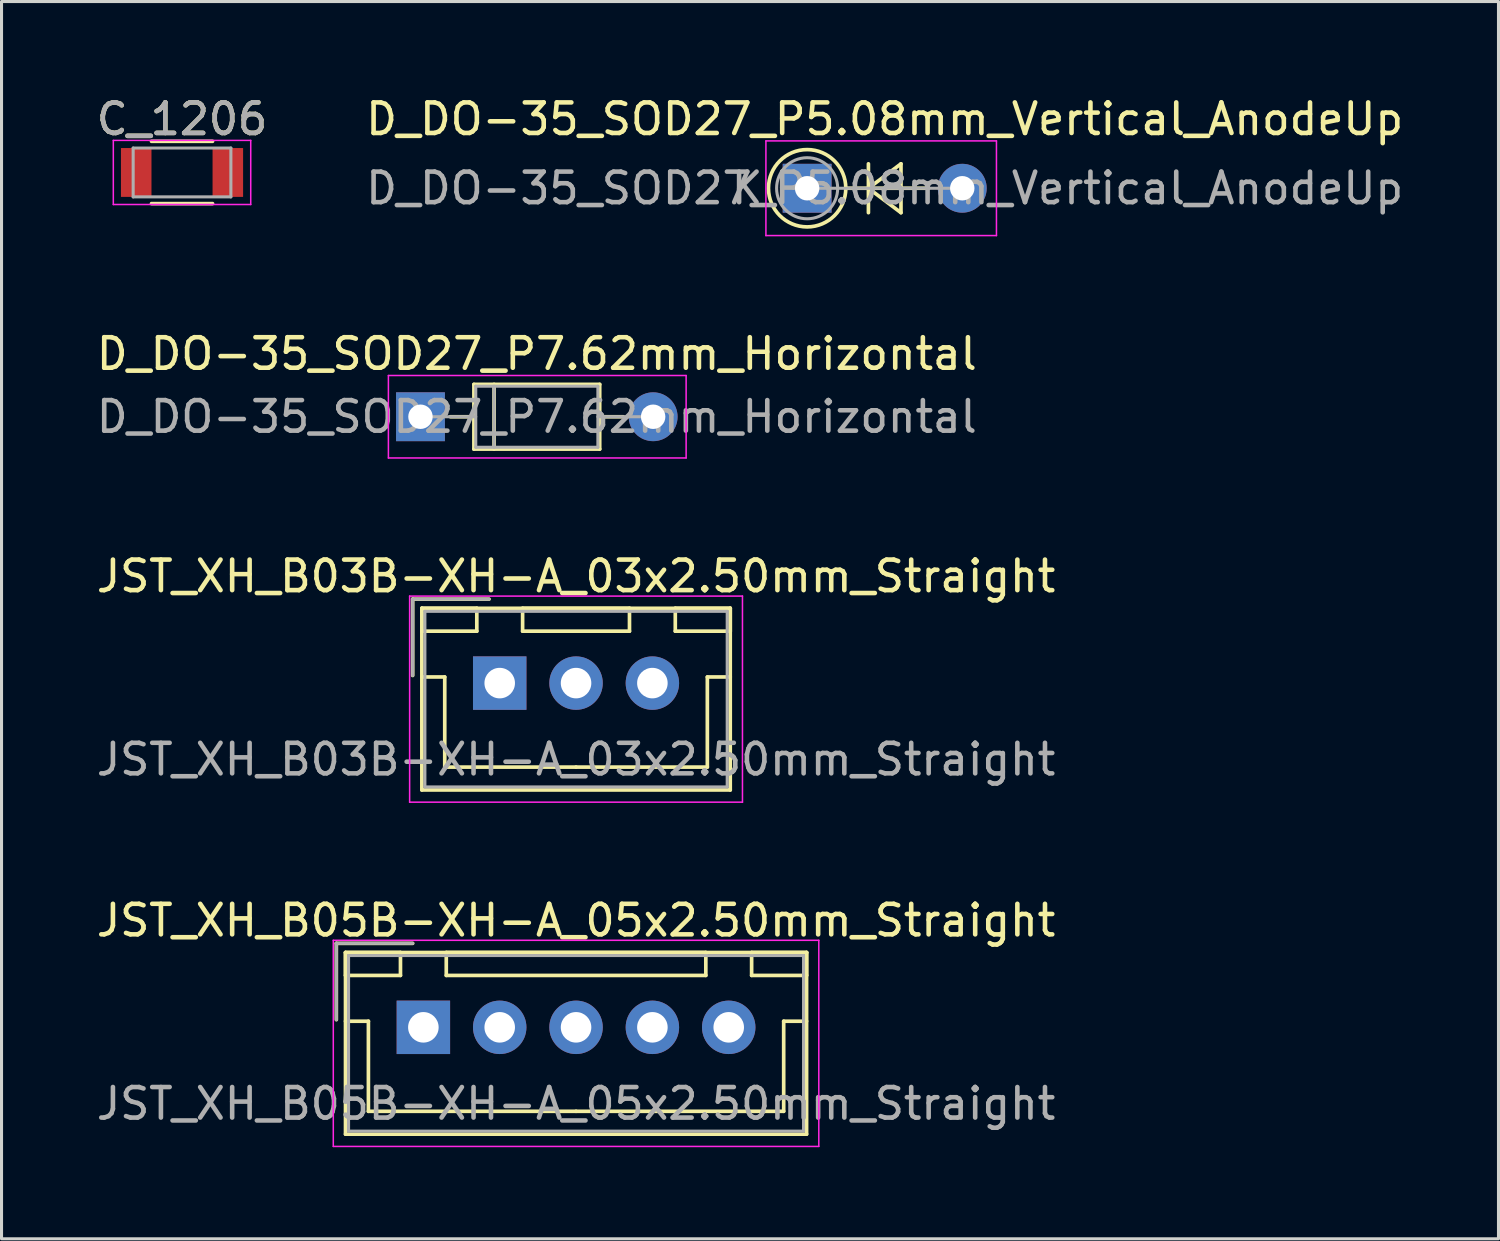
<source format=kicad_pcb>
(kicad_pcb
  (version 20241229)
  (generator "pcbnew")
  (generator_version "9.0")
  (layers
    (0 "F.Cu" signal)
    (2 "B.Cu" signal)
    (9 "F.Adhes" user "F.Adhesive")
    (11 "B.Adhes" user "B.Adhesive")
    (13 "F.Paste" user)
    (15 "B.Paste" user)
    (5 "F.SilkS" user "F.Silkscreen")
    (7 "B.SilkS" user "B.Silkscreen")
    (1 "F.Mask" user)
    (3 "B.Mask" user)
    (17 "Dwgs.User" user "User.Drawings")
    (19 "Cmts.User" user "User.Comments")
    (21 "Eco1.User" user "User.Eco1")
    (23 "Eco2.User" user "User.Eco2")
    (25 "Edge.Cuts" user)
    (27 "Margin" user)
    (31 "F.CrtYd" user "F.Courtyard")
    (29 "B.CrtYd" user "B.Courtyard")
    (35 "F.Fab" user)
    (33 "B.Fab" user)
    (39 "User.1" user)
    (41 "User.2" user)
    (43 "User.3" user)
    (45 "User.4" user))
  (footprint "C_1206"
    (layer "F.Cu")
    (at 2.911 2.598)
    (property "Reference" "C_1206" (at 0 -1.75 0) (layer "F.SilkS") (effects (font (size 1 1) (thickness 0.15))))
    (attr smd)
    (fp_line (start -1 1.02) (end 1 1.02) (stroke (width 0.12) (type solid)) (layer "F.SilkS"))
    (fp_line (start 1 -1.02) (end -1 -1.02) (stroke (width 0.12) (type solid)) (layer "F.SilkS"))
    (fp_line (start -2.25 -1.05) (end -2.25 1.05) (stroke (width 0.05) (type solid)) (layer "F.CrtYd"))
    (fp_line (start -2.25 -1.05) (end 2.25 -1.05) (stroke (width 0.05) (type solid)) (layer "F.CrtYd"))
    (fp_line (start 2.25 1.05) (end -2.25 1.05) (stroke (width 0.05) (type solid)) (layer "F.CrtYd"))
    (fp_line (start 2.25 1.05) (end 2.25 -1.05) (stroke (width 0.05) (type solid)) (layer "F.CrtYd"))
    (fp_line (start -1.6 -0.8) (end 1.6 -0.8) (stroke (width 0.1) (type solid)) (layer "F.Fab"))
    (fp_line (start -1.6 0.8) (end -1.6 -0.8) (stroke (width 0.1) (type solid)) (layer "F.Fab"))
    (fp_line (start 1.6 -0.8) (end 1.6 0.8) (stroke (width 0.1) (type solid)) (layer "F.Fab"))
    (fp_line (start 1.6 0.8) (end -1.6 0.8) (stroke (width 0.1) (type solid)) (layer "F.Fab"))
    (fp_text user "${REFERENCE}" (at 0 -1.75 0) (layer "F.Fab") (effects (font (size 1 1) (thickness 0.15))))
    (pad "1" smd rect (at -1.5 0) (size 1 1.6) (layers "F.Cu" "F.Mask" "F.Paste"))
    (pad "2" smd rect (at 1.5 0) (size 1 1.6) (layers "F.Cu" "F.Mask" "F.Paste")))
  (footprint "JST_XH_B05B-XH-A_05x2.50mm_Straight"
    (layer "F.Cu")
    (at 10.815 30.594)
    (property "Reference" "JST_XH_B05B-XH-A_05x2.50mm_Straight" (at 5 -3.5 0) (layer "F.SilkS") (effects (font (size 1 1) (thickness 0.15))))
    (attr through_hole)
    (fp_line (start -2.85 -2.75) (end -2.85 -0.25) (stroke (width 0.12) (type solid)) (layer "F.SilkS"))
    (fp_line (start -2.55 -2.45) (end -2.55 -1.7) (stroke (width 0.12) (type solid)) (layer "F.SilkS"))
    (fp_line (start -2.55 -2.45) (end -2.55 3.5) (stroke (width 0.12) (type solid)) (layer "F.SilkS"))
    (fp_line (start -2.55 -1.7) (end -0.75 -1.7) (stroke (width 0.12) (type solid)) (layer "F.SilkS"))
    (fp_line (start -2.55 -0.2) (end -1.8 -0.2) (stroke (width 0.12) (type solid)) (layer "F.SilkS"))
    (fp_line (start -2.55 3.5) (end 12.55 3.5) (stroke (width 0.12) (type solid)) (layer "F.SilkS"))
    (fp_line (start -1.8 -0.2) (end -1.8 2.75) (stroke (width 0.12) (type solid)) (layer "F.SilkS"))
    (fp_line (start -1.8 2.75) (end 5 2.75) (stroke (width 0.12) (type solid)) (layer "F.SilkS"))
    (fp_line (start -0.75 -2.45) (end -2.55 -2.45) (stroke (width 0.12) (type solid)) (layer "F.SilkS"))
    (fp_line (start -0.75 -1.7) (end -0.75 -2.45) (stroke (width 0.12) (type solid)) (layer "F.SilkS"))
    (fp_line (start -0.35 -2.75) (end -2.85 -2.75) (stroke (width 0.12) (type solid)) (layer "F.SilkS"))
    (fp_line (start 0.75 -2.45) (end 0.75 -1.7) (stroke (width 0.12) (type solid)) (layer "F.SilkS"))
    (fp_line (start 0.75 -1.7) (end 9.25 -1.7) (stroke (width 0.12) (type solid)) (layer "F.SilkS"))
    (fp_line (start 9.25 -2.45) (end 0.75 -2.45) (stroke (width 0.12) (type solid)) (layer "F.SilkS"))
    (fp_line (start 9.25 -1.7) (end 9.25 -2.45) (stroke (width 0.12) (type solid)) (layer "F.SilkS"))
    (fp_line (start 10.75 -2.45) (end 10.75 -1.7) (stroke (width 0.12) (type solid)) (layer "F.SilkS"))
    (fp_line (start 10.75 -1.7) (end 12.55 -1.7) (stroke (width 0.12) (type solid)) (layer "F.SilkS"))
    (fp_line (start 11.8 -0.2) (end 11.8 2.75) (stroke (width 0.12) (type solid)) (layer "F.SilkS"))
    (fp_line (start 11.8 2.75) (end 5 2.75) (stroke (width 0.12) (type solid)) (layer "F.SilkS"))
    (fp_line (start 12.55 -2.45) (end -2.55 -2.45) (stroke (width 0.12) (type solid)) (layer "F.SilkS"))
    (fp_line (start 12.55 -2.45) (end 10.75 -2.45) (stroke (width 0.12) (type solid)) (layer "F.SilkS"))
    (fp_line (start 12.55 -1.7) (end 12.55 -2.45) (stroke (width 0.12) (type solid)) (layer "F.SilkS"))
    (fp_line (start 12.55 -0.2) (end 11.8 -0.2) (stroke (width 0.12) (type solid)) (layer "F.SilkS"))
    (fp_line (start 12.55 3.5) (end 12.55 -2.45) (stroke (width 0.12) (type solid)) (layer "F.SilkS"))
    (fp_line (start -2.95 -2.85) (end -2.95 3.9) (stroke (width 0.05) (type solid)) (layer "F.CrtYd"))
    (fp_line (start -2.95 3.9) (end 12.95 3.9) (stroke (width 0.05) (type solid)) (layer "F.CrtYd"))
    (fp_line (start 12.95 -2.85) (end -2.95 -2.85) (stroke (width 0.05) (type solid)) (layer "F.CrtYd"))
    (fp_line (start 12.95 3.9) (end 12.95 -2.85) (stroke (width 0.05) (type solid)) (layer "F.CrtYd"))
    (fp_line (start -2.85 -2.75) (end -2.85 -0.25) (stroke (width 0.1) (type solid)) (layer "F.Fab"))
    (fp_line (start -2.45 -2.35) (end -2.45 3.4) (stroke (width 0.1) (type solid)) (layer "F.Fab"))
    (fp_line (start -2.45 3.4) (end 12.45 3.4) (stroke (width 0.1) (type solid)) (layer "F.Fab"))
    (fp_line (start -0.35 -2.75) (end -2.85 -2.75) (stroke (width 0.1) (type solid)) (layer "F.Fab"))
    (fp_line (start 12.45 -2.35) (end -2.45 -2.35) (stroke (width 0.1) (type solid)) (layer "F.Fab"))
    (fp_line (start 12.45 3.4) (end 12.45 -2.35) (stroke (width 0.1) (type solid)) (layer "F.Fab"))
    (fp_text user "${REFERENCE}" (at 5 2.5 0) (layer "F.Fab") (effects (font (size 1 1) (thickness 0.15))))
    (pad "1" thru_hole rect (at 0 0) (size 1.75 1.75) (drill 1) (layers "*.Cu" "*.Mask"))
    (pad "2" thru_hole circle (at 2.5 0) (size 1.75 1.75) (drill 1) (layers "*.Cu" "*.Mask"))
    (pad "3" thru_hole circle (at 5 0) (size 1.75 1.75) (drill 1) (layers "*.Cu" "*.Mask"))
    (pad "4" thru_hole circle (at 7.5 0) (size 1.75 1.75) (drill 1) (layers "*.Cu" "*.Mask"))
    (pad "5" thru_hole circle (at 10 0) (size 1.75 1.75) (drill 1) (layers "*.Cu" "*.Mask")))
  (footprint "JST_XH_B03B-XH-A_03x2.50mm_Straight"
    (layer "F.Cu")
    (at 13.315 19.321)
    (property "Reference" "JST_XH_B03B-XH-A_03x2.50mm_Straight" (at 2.5 -3.5 0) (layer "F.SilkS") (effects (font (size 1 1) (thickness 0.15))))
    (attr through_hole)
    (fp_line (start -2.85 -2.75) (end -2.85 -0.25) (stroke (width 0.12) (type solid)) (layer "F.SilkS"))
    (fp_line (start -2.55 -2.45) (end -2.55 -1.7) (stroke (width 0.12) (type solid)) (layer "F.SilkS"))
    (fp_line (start -2.55 -2.45) (end -2.55 3.5) (stroke (width 0.12) (type solid)) (layer "F.SilkS"))
    (fp_line (start -2.55 -1.7) (end -0.75 -1.7) (stroke (width 0.12) (type solid)) (layer "F.SilkS"))
    (fp_line (start -2.55 -0.2) (end -1.8 -0.2) (stroke (width 0.12) (type solid)) (layer "F.SilkS"))
    (fp_line (start -2.55 3.5) (end 7.55 3.5) (stroke (width 0.12) (type solid)) (layer "F.SilkS"))
    (fp_line (start -1.8 -0.2) (end -1.8 2.75) (stroke (width 0.12) (type solid)) (layer "F.SilkS"))
    (fp_line (start -1.8 2.75) (end 2.5 2.75) (stroke (width 0.12) (type solid)) (layer "F.SilkS"))
    (fp_line (start -0.75 -2.45) (end -2.55 -2.45) (stroke (width 0.12) (type solid)) (layer "F.SilkS"))
    (fp_line (start -0.75 -1.7) (end -0.75 -2.45) (stroke (width 0.12) (type solid)) (layer "F.SilkS"))
    (fp_line (start -0.35 -2.75) (end -2.85 -2.75) (stroke (width 0.12) (type solid)) (layer "F.SilkS"))
    (fp_line (start 0.75 -2.45) (end 0.75 -1.7) (stroke (width 0.12) (type solid)) (layer "F.SilkS"))
    (fp_line (start 0.75 -1.7) (end 4.25 -1.7) (stroke (width 0.12) (type solid)) (layer "F.SilkS"))
    (fp_line (start 4.25 -2.45) (end 0.75 -2.45) (stroke (width 0.12) (type solid)) (layer "F.SilkS"))
    (fp_line (start 4.25 -1.7) (end 4.25 -2.45) (stroke (width 0.12) (type solid)) (layer "F.SilkS"))
    (fp_line (start 5.75 -2.45) (end 5.75 -1.7) (stroke (width 0.12) (type solid)) (layer "F.SilkS"))
    (fp_line (start 5.75 -1.7) (end 7.55 -1.7) (stroke (width 0.12) (type solid)) (layer "F.SilkS"))
    (fp_line (start 6.8 -0.2) (end 6.8 2.75) (stroke (width 0.12) (type solid)) (layer "F.SilkS"))
    (fp_line (start 6.8 2.75) (end 2.5 2.75) (stroke (width 0.12) (type solid)) (layer "F.SilkS"))
    (fp_line (start 7.55 -2.45) (end -2.55 -2.45) (stroke (width 0.12) (type solid)) (layer "F.SilkS"))
    (fp_line (start 7.55 -2.45) (end 5.75 -2.45) (stroke (width 0.12) (type solid)) (layer "F.SilkS"))
    (fp_line (start 7.55 -1.7) (end 7.55 -2.45) (stroke (width 0.12) (type solid)) (layer "F.SilkS"))
    (fp_line (start 7.55 -0.2) (end 6.8 -0.2) (stroke (width 0.12) (type solid)) (layer "F.SilkS"))
    (fp_line (start 7.55 3.5) (end 7.55 -2.45) (stroke (width 0.12) (type solid)) (layer "F.SilkS"))
    (fp_line (start -2.95 -2.85) (end -2.95 3.9) (stroke (width 0.05) (type solid)) (layer "F.CrtYd"))
    (fp_line (start -2.95 3.9) (end 7.95 3.9) (stroke (width 0.05) (type solid)) (layer "F.CrtYd"))
    (fp_line (start 7.95 -2.85) (end -2.95 -2.85) (stroke (width 0.05) (type solid)) (layer "F.CrtYd"))
    (fp_line (start 7.95 3.9) (end 7.95 -2.85) (stroke (width 0.05) (type solid)) (layer "F.CrtYd"))
    (fp_line (start -2.85 -2.75) (end -2.85 -0.25) (stroke (width 0.1) (type solid)) (layer "F.Fab"))
    (fp_line (start -2.45 -2.35) (end -2.45 3.4) (stroke (width 0.1) (type solid)) (layer "F.Fab"))
    (fp_line (start -2.45 3.4) (end 7.45 3.4) (stroke (width 0.1) (type solid)) (layer "F.Fab"))
    (fp_line (start -0.35 -2.75) (end -2.85 -2.75) (stroke (width 0.1) (type solid)) (layer "F.Fab"))
    (fp_line (start 7.45 -2.35) (end -2.45 -2.35) (stroke (width 0.1) (type solid)) (layer "F.Fab"))
    (fp_line (start 7.45 3.4) (end 7.45 -2.35) (stroke (width 0.1) (type solid)) (layer "F.Fab"))
    (fp_text user "${REFERENCE}" (at 2.5 2.5 0) (layer "F.Fab") (effects (font (size 1 1) (thickness 0.15))))
    (pad "1" thru_hole rect (at 0 0) (size 1.75 1.75) (drill 1) (layers "*.Cu" "*.Mask"))
    (pad "2" thru_hole circle (at 2.5 0) (size 1.75 1.75) (drill 1) (layers "*.Cu" "*.Mask"))
    (pad "3" thru_hole circle (at 5 0) (size 1.75 1.75) (drill 1) (layers "*.Cu" "*.Mask")))
  (footprint "D_DO-35_SOD27_P7.62mm_Horizontal"
    (layer "F.Cu")
    (at 10.72 10.598)
    (property "Reference" "D_DO-35_SOD27_P7.62mm_Horizontal" (at 3.81 -2.06 0) (layer "F.SilkS") (effects (font (size 1 1) (thickness 0.15))))
    (attr through_hole)
    (fp_line (start 0.98 0) (end 1.75 0) (stroke (width 0.12) (type solid)) (layer "F.SilkS"))
    (fp_line (start 1.75 -1.06) (end 1.75 1.06) (stroke (width 0.12) (type solid)) (layer "F.SilkS"))
    (fp_line (start 1.75 1.06) (end 5.87 1.06) (stroke (width 0.12) (type solid)) (layer "F.SilkS"))
    (fp_line (start 2.41 -1.06) (end 2.41 1.06) (stroke (width 0.12) (type solid)) (layer "F.SilkS"))
    (fp_line (start 5.87 -1.06) (end 1.75 -1.06) (stroke (width 0.12) (type solid)) (layer "F.SilkS"))
    (fp_line (start 5.87 1.06) (end 5.87 -1.06) (stroke (width 0.12) (type solid)) (layer "F.SilkS"))
    (fp_line (start 6.64 0) (end 5.87 0) (stroke (width 0.12) (type solid)) (layer "F.SilkS"))
    (fp_line (start -1.05 -1.35) (end -1.05 1.35) (stroke (width 0.05) (type solid)) (layer "F.CrtYd"))
    (fp_line (start -1.05 1.35) (end 8.7 1.35) (stroke (width 0.05) (type solid)) (layer "F.CrtYd"))
    (fp_line (start 8.7 -1.35) (end -1.05 -1.35) (stroke (width 0.05) (type solid)) (layer "F.CrtYd"))
    (fp_line (start 8.7 1.35) (end 8.7 -1.35) (stroke (width 0.05) (type solid)) (layer "F.CrtYd"))
    (fp_line (start 0 0) (end 1.81 0) (stroke (width 0.1) (type solid)) (layer "F.Fab"))
    (fp_line (start 1.81 -1) (end 1.81 1) (stroke (width 0.1) (type solid)) (layer "F.Fab"))
    (fp_line (start 1.81 1) (end 5.81 1) (stroke (width 0.1) (type solid)) (layer "F.Fab"))
    (fp_line (start 2.41 -1) (end 2.41 1) (stroke (width 0.1) (type solid)) (layer "F.Fab"))
    (fp_line (start 5.81 -1) (end 1.81 -1) (stroke (width 0.1) (type solid)) (layer "F.Fab"))
    (fp_line (start 5.81 1) (end 5.81 -1) (stroke (width 0.1) (type solid)) (layer "F.Fab"))
    (fp_line (start 7.62 0) (end 5.81 0) (stroke (width 0.1) (type solid)) (layer "F.Fab"))
    (fp_text user "${REFERENCE}" (at 3.81 0 0) (layer "F.Fab") (effects (font (size 1 1) (thickness 0.15))))
    (pad "1" thru_hole rect (at 0 0) (size 1.6 1.6) (drill 0.8) (layers "*.Cu" "*.Mask"))
    (pad "2" thru_hole oval (at 7.62 0) (size 1.6 1.6) (drill 0.8) (layers "*.Cu" "*.Mask")))
  (footprint "D_DO-35_SOD27_P5.08mm_Vertical_AnodeUp"
    (layer "F.Cu")
    (at 23.383 3.115)
    (property "Reference" "D_DO-35_SOD27_P5.08mm_Vertical_AnodeUp" (at 2.54 -2.266 180) (layer "F.SilkS") (effects (font (size 1 1) (thickness 0.15))))
    (attr through_hole)
    (fp_line (start 1.266 0) (end 3.98 0) (stroke (width 0.12) (type solid)) (layer "F.SilkS"))
    (fp_line (start 2.007 -0.8) (end 2.007 0.8) (stroke (width 0.12) (type solid)) (layer "F.SilkS"))
    (fp_line (start 2.007 0) (end 3.073 -0.8) (stroke (width 0.12) (type solid)) (layer "F.SilkS"))
    (fp_line (start 3.073 -0.8) (end 3.073 0.8) (stroke (width 0.12) (type solid)) (layer "F.SilkS"))
    (fp_line (start 3.073 0.8) (end 2.007 0) (stroke (width 0.12) (type solid)) (layer "F.SilkS"))
    (fp_circle (center 0 0) (end 1.266 0) (stroke (width 0.12) (type solid)) (fill no) (layer "F.SilkS"))
    (fp_line (start -1.35 -1.55) (end -1.35 1.55) (stroke (width 0.05) (type solid)) (layer "F.CrtYd"))
    (fp_line (start -1.35 1.55) (end 6.2 1.55) (stroke (width 0.05) (type solid)) (layer "F.CrtYd"))
    (fp_line (start 6.2 -1.55) (end -1.35 -1.55) (stroke (width 0.05) (type solid)) (layer "F.CrtYd"))
    (fp_line (start 6.2 1.55) (end 6.2 -1.55) (stroke (width 0.05) (type solid)) (layer "F.CrtYd"))
    (fp_line (start 0 0) (end 5.08 0) (stroke (width 0.1) (type solid)) (layer "F.Fab"))
    (fp_circle (center 0 0) (end 1 0) (stroke (width 0.1) (type solid)) (fill no) (layer "F.Fab"))
    (fp_text user "K" (at -1.966 0 180) (layer "F.Fab") (effects (font (size 1 1) (thickness 0.15))))
    (fp_text user "${REFERENCE}" (at 2.54 0 180) (layer "F.Fab") (effects (font (size 1 1) (thickness 0.15))))
    (pad "1" thru_hole rect (at 0 0) (size 1.6 1.6) (drill 0.8) (layers "*.Cu" "*.Mask"))
    (pad "2" thru_hole oval (at 5.08 0) (size 1.6 1.6) (drill 0.8) (layers "*.Cu" "*.Mask")))
  (gr_rect
    (start -3 -3)
    (end 46.024 37.519)
    (stroke (width 0.1) (type default))
    (fill no)
    (layer "Edge.Cuts")))
</source>
